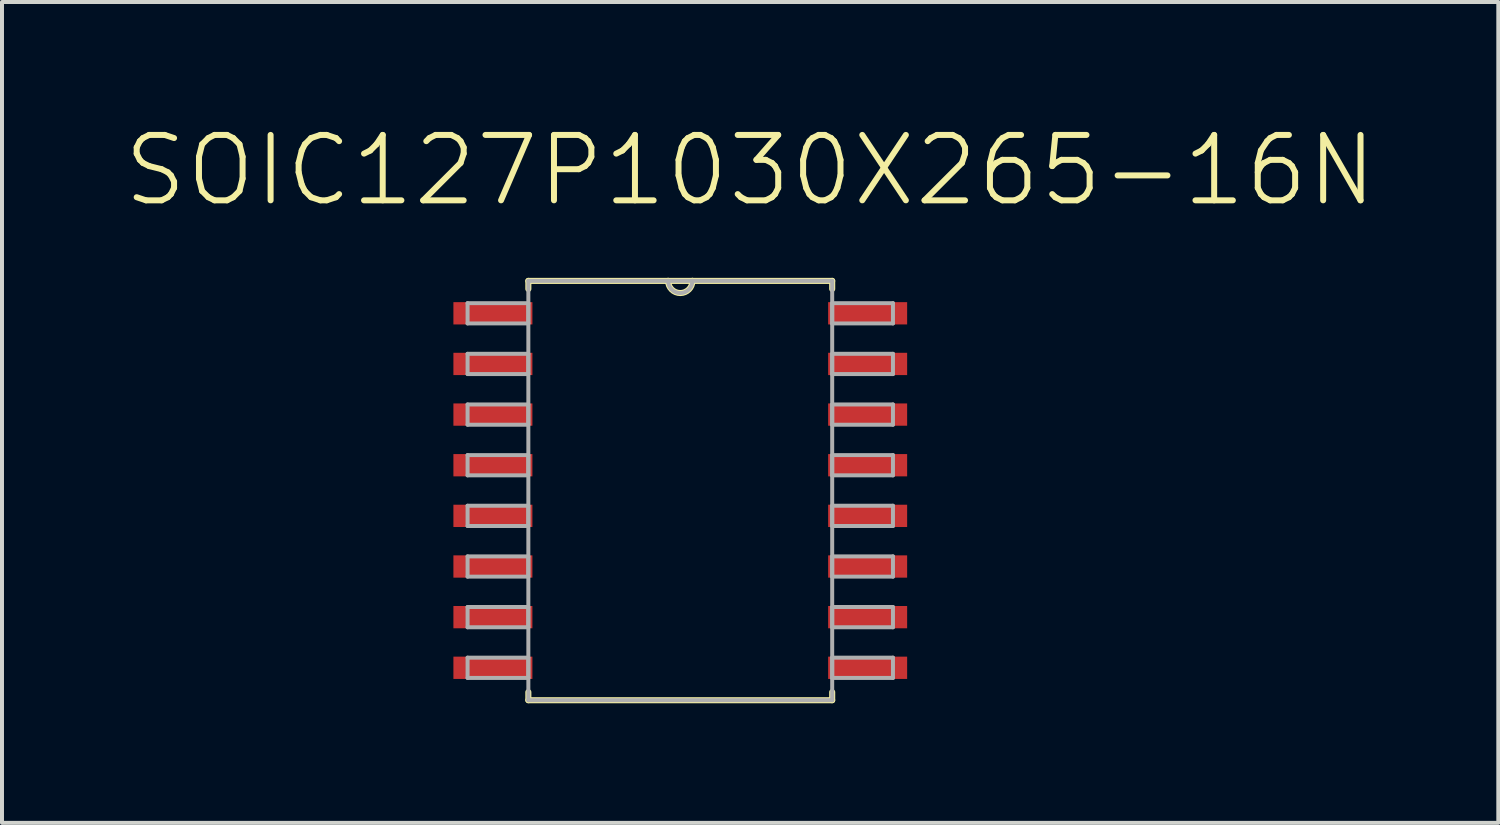
<source format=kicad_pcb>
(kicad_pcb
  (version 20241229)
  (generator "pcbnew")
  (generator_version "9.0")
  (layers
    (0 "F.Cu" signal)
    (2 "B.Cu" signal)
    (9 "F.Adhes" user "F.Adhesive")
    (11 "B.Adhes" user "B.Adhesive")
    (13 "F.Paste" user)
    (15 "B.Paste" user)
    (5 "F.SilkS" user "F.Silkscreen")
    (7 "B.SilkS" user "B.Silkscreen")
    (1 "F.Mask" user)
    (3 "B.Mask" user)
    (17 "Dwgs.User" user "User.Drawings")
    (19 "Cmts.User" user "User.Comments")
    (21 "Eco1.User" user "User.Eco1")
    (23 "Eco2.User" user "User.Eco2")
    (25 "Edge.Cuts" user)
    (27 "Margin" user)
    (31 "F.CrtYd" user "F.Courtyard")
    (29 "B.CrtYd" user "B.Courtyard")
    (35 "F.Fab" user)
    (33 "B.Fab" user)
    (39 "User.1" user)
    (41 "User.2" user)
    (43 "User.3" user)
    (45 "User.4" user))
  (footprint "SOIC127P1030X265-16N"
    (layer "F.Cu")
    (at 14.01 9.252)
    (property "Reference" "SOIC127P1030X265-16N" (at 1.753 -8.029 0) (layer "F.SilkS") (effects (font (size 1.64 1.64) (thickness 0.15))))
    (attr smd)
    (fp_line (start -3.81 -5.258) (end -3.81 -5.055) (stroke (width 0.152) (type solid)) (layer "F.SilkS"))
    (fp_line (start -3.81 5.055) (end -3.81 5.258) (stroke (width 0.152) (type solid)) (layer "F.SilkS"))
    (fp_line (start -3.81 5.258) (end 3.81 5.258) (stroke (width 0.152) (type solid)) (layer "F.SilkS"))
    (fp_line (start -0.305 -5.258) (end -3.81 -5.258) (stroke (width 0.152) (type solid)) (layer "F.SilkS"))
    (fp_line (start 0.305 -5.258) (end -0.305 -5.258) (stroke (width 0.152) (type solid)) (layer "F.SilkS"))
    (fp_line (start 3.81 -5.258) (end 0.305 -5.258) (stroke (width 0.152) (type solid)) (layer "F.SilkS"))
    (fp_line (start 3.81 -5.055) (end 3.81 -5.258) (stroke (width 0.152) (type solid)) (layer "F.SilkS"))
    (fp_line (start 3.81 5.258) (end 3.81 5.055) (stroke (width 0.152) (type solid)) (layer "F.SilkS"))
    (fp_arc (start 0.3048 -5.2578) (mid 0 -4.953) (end -0.3048 -5.2578) (stroke (width 0.1524) (type solid)) (layer "F.SilkS"))
    (fp_line (start -5.334 -4.699) (end -5.334 -4.191) (stroke (width 0.1) (type solid)) (layer "F.Fab"))
    (fp_line (start -5.334 -4.191) (end -3.81 -4.191) (stroke (width 0.1) (type solid)) (layer "F.Fab"))
    (fp_line (start -5.334 -3.429) (end -5.334 -2.921) (stroke (width 0.1) (type solid)) (layer "F.Fab"))
    (fp_line (start -5.334 -2.921) (end -3.81 -2.921) (stroke (width 0.1) (type solid)) (layer "F.Fab"))
    (fp_line (start -5.334 -2.159) (end -5.334 -1.651) (stroke (width 0.1) (type solid)) (layer "F.Fab"))
    (fp_line (start -5.334 -1.651) (end -3.81 -1.651) (stroke (width 0.1) (type solid)) (layer "F.Fab"))
    (fp_line (start -5.334 -0.889) (end -5.334 -0.381) (stroke (width 0.1) (type solid)) (layer "F.Fab"))
    (fp_line (start -5.334 -0.381) (end -3.81 -0.381) (stroke (width 0.1) (type solid)) (layer "F.Fab"))
    (fp_line (start -5.334 0.381) (end -5.334 0.889) (stroke (width 0.1) (type solid)) (layer "F.Fab"))
    (fp_line (start -5.334 0.889) (end -3.81 0.889) (stroke (width 0.1) (type solid)) (layer "F.Fab"))
    (fp_line (start -5.334 1.651) (end -5.334 2.159) (stroke (width 0.1) (type solid)) (layer "F.Fab"))
    (fp_line (start -5.334 2.159) (end -3.81 2.159) (stroke (width 0.1) (type solid)) (layer "F.Fab"))
    (fp_line (start -5.334 2.921) (end -5.334 3.429) (stroke (width 0.1) (type solid)) (layer "F.Fab"))
    (fp_line (start -5.334 3.429) (end -3.81 3.429) (stroke (width 0.1) (type solid)) (layer "F.Fab"))
    (fp_line (start -5.334 4.191) (end -5.334 4.699) (stroke (width 0.1) (type solid)) (layer "F.Fab"))
    (fp_line (start -5.334 4.699) (end -3.81 4.699) (stroke (width 0.1) (type solid)) (layer "F.Fab"))
    (fp_line (start -3.81 -5.258) (end -3.81 5.258) (stroke (width 0.1) (type solid)) (layer "F.Fab"))
    (fp_line (start -3.81 -4.699) (end -5.334 -4.699) (stroke (width 0.1) (type solid)) (layer "F.Fab"))
    (fp_line (start -3.81 -4.191) (end -3.81 -4.699) (stroke (width 0.1) (type solid)) (layer "F.Fab"))
    (fp_line (start -3.81 -3.429) (end -5.334 -3.429) (stroke (width 0.1) (type solid)) (layer "F.Fab"))
    (fp_line (start -3.81 -2.921) (end -3.81 -3.429) (stroke (width 0.1) (type solid)) (layer "F.Fab"))
    (fp_line (start -3.81 -2.159) (end -5.334 -2.159) (stroke (width 0.1) (type solid)) (layer "F.Fab"))
    (fp_line (start -3.81 -1.651) (end -3.81 -2.159) (stroke (width 0.1) (type solid)) (layer "F.Fab"))
    (fp_line (start -3.81 -0.889) (end -5.334 -0.889) (stroke (width 0.1) (type solid)) (layer "F.Fab"))
    (fp_line (start -3.81 -0.381) (end -3.81 -0.889) (stroke (width 0.1) (type solid)) (layer "F.Fab"))
    (fp_line (start -3.81 0.381) (end -5.334 0.381) (stroke (width 0.1) (type solid)) (layer "F.Fab"))
    (fp_line (start -3.81 0.889) (end -3.81 0.381) (stroke (width 0.1) (type solid)) (layer "F.Fab"))
    (fp_line (start -3.81 1.651) (end -5.334 1.651) (stroke (width 0.1) (type solid)) (layer "F.Fab"))
    (fp_line (start -3.81 2.159) (end -3.81 1.651) (stroke (width 0.1) (type solid)) (layer "F.Fab"))
    (fp_line (start -3.81 2.921) (end -5.334 2.921) (stroke (width 0.1) (type solid)) (layer "F.Fab"))
    (fp_line (start -3.81 3.429) (end -3.81 2.921) (stroke (width 0.1) (type solid)) (layer "F.Fab"))
    (fp_line (start -3.81 4.191) (end -5.334 4.191) (stroke (width 0.1) (type solid)) (layer "F.Fab"))
    (fp_line (start -3.81 4.699) (end -3.81 4.191) (stroke (width 0.1) (type solid)) (layer "F.Fab"))
    (fp_line (start -3.81 5.258) (end 3.81 5.258) (stroke (width 0.1) (type solid)) (layer "F.Fab"))
    (fp_line (start -0.305 -5.258) (end -3.81 -5.258) (stroke (width 0.1) (type solid)) (layer "F.Fab"))
    (fp_line (start 0.305 -5.258) (end -0.305 -5.258) (stroke (width 0.1) (type solid)) (layer "F.Fab"))
    (fp_line (start 3.81 -5.258) (end 0.305 -5.258) (stroke (width 0.1) (type solid)) (layer "F.Fab"))
    (fp_line (start 3.81 -4.699) (end 3.81 -4.191) (stroke (width 0.1) (type solid)) (layer "F.Fab"))
    (fp_line (start 3.81 -4.191) (end 5.334 -4.191) (stroke (width 0.1) (type solid)) (layer "F.Fab"))
    (fp_line (start 3.81 -3.429) (end 3.81 -2.921) (stroke (width 0.1) (type solid)) (layer "F.Fab"))
    (fp_line (start 3.81 -2.921) (end 5.334 -2.921) (stroke (width 0.1) (type solid)) (layer "F.Fab"))
    (fp_line (start 3.81 -2.159) (end 3.81 -1.651) (stroke (width 0.1) (type solid)) (layer "F.Fab"))
    (fp_line (start 3.81 -1.651) (end 5.334 -1.651) (stroke (width 0.1) (type solid)) (layer "F.Fab"))
    (fp_line (start 3.81 -0.889) (end 3.81 -0.381) (stroke (width 0.1) (type solid)) (layer "F.Fab"))
    (fp_line (start 3.81 -0.381) (end 5.334 -0.381) (stroke (width 0.1) (type solid)) (layer "F.Fab"))
    (fp_line (start 3.81 0.381) (end 3.81 0.889) (stroke (width 0.1) (type solid)) (layer "F.Fab"))
    (fp_line (start 3.81 0.889) (end 5.334 0.889) (stroke (width 0.1) (type solid)) (layer "F.Fab"))
    (fp_line (start 3.81 1.651) (end 3.81 2.159) (stroke (width 0.1) (type solid)) (layer "F.Fab"))
    (fp_line (start 3.81 2.159) (end 5.334 2.159) (stroke (width 0.1) (type solid)) (layer "F.Fab"))
    (fp_line (start 3.81 2.921) (end 3.81 3.429) (stroke (width 0.1) (type solid)) (layer "F.Fab"))
    (fp_line (start 3.81 3.429) (end 5.334 3.429) (stroke (width 0.1) (type solid)) (layer "F.Fab"))
    (fp_line (start 3.81 4.191) (end 3.81 4.699) (stroke (width 0.1) (type solid)) (layer "F.Fab"))
    (fp_line (start 3.81 4.699) (end 5.334 4.699) (stroke (width 0.1) (type solid)) (layer "F.Fab"))
    (fp_line (start 3.81 5.258) (end 3.81 -5.258) (stroke (width 0.1) (type solid)) (layer "F.Fab"))
    (fp_line (start 5.334 -4.699) (end 3.81 -4.699) (stroke (width 0.1) (type solid)) (layer "F.Fab"))
    (fp_line (start 5.334 -4.191) (end 5.334 -4.699) (stroke (width 0.1) (type solid)) (layer "F.Fab"))
    (fp_line (start 5.334 -3.429) (end 3.81 -3.429) (stroke (width 0.1) (type solid)) (layer "F.Fab"))
    (fp_line (start 5.334 -2.921) (end 5.334 -3.429) (stroke (width 0.1) (type solid)) (layer "F.Fab"))
    (fp_line (start 5.334 -2.159) (end 3.81 -2.159) (stroke (width 0.1) (type solid)) (layer "F.Fab"))
    (fp_line (start 5.334 -1.651) (end 5.334 -2.159) (stroke (width 0.1) (type solid)) (layer "F.Fab"))
    (fp_line (start 5.334 -0.889) (end 3.81 -0.889) (stroke (width 0.1) (type solid)) (layer "F.Fab"))
    (fp_line (start 5.334 -0.381) (end 5.334 -0.889) (stroke (width 0.1) (type solid)) (layer "F.Fab"))
    (fp_line (start 5.334 0.381) (end 3.81 0.381) (stroke (width 0.1) (type solid)) (layer "F.Fab"))
    (fp_line (start 5.334 0.889) (end 5.334 0.381) (stroke (width 0.1) (type solid)) (layer "F.Fab"))
    (fp_line (start 5.334 1.651) (end 3.81 1.651) (stroke (width 0.1) (type solid)) (layer "F.Fab"))
    (fp_line (start 5.334 2.159) (end 5.334 1.651) (stroke (width 0.1) (type solid)) (layer "F.Fab"))
    (fp_line (start 5.334 2.921) (end 3.81 2.921) (stroke (width 0.1) (type solid)) (layer "F.Fab"))
    (fp_line (start 5.334 3.429) (end 5.334 2.921) (stroke (width 0.1) (type solid)) (layer "F.Fab"))
    (fp_line (start 5.334 4.191) (end 3.81 4.191) (stroke (width 0.1) (type solid)) (layer "F.Fab"))
    (fp_line (start 5.334 4.699) (end 5.334 4.191) (stroke (width 0.1) (type solid)) (layer "F.Fab"))
    (fp_arc (start 0.3048 -5.2578) (mid 0 -4.953) (end -0.3048 -5.2578) (stroke (width 0.1) (type solid)) (layer "F.Fab"))
    (pad "1" smd rect (at -4.699 -4.445) (size 1.981 0.559) (layers "F.Cu" "F.Mask" "F.Paste"))
    (pad "2" smd rect (at -4.699 -3.175) (size 1.981 0.559) (layers "F.Cu" "F.Mask" "F.Paste"))
    (pad "3" smd rect (at -4.699 -1.905) (size 1.981 0.559) (layers "F.Cu" "F.Mask" "F.Paste"))
    (pad "4" smd rect (at -4.699 -0.635) (size 1.981 0.559) (layers "F.Cu" "F.Mask" "F.Paste"))
    (pad "5" smd rect (at -4.699 0.635) (size 1.981 0.559) (layers "F.Cu" "F.Mask" "F.Paste"))
    (pad "6" smd rect (at -4.699 1.905) (size 1.981 0.559) (layers "F.Cu" "F.Mask" "F.Paste"))
    (pad "7" smd rect (at -4.699 3.175) (size 1.981 0.559) (layers "F.Cu" "F.Mask" "F.Paste"))
    (pad "8" smd rect (at -4.699 4.445) (size 1.981 0.559) (layers "F.Cu" "F.Mask" "F.Paste"))
    (pad "9" smd rect (at 4.699 4.445) (size 1.981 0.559) (layers "F.Cu" "F.Mask" "F.Paste"))
    (pad "10" smd rect (at 4.699 3.175) (size 1.981 0.559) (layers "F.Cu" "F.Mask" "F.Paste"))
    (pad "11" smd rect (at 4.699 1.905) (size 1.981 0.559) (layers "F.Cu" "F.Mask" "F.Paste"))
    (pad "12" smd rect (at 4.699 0.635) (size 1.981 0.559) (layers "F.Cu" "F.Mask" "F.Paste"))
    (pad "13" smd rect (at 4.699 -0.635) (size 1.981 0.559) (layers "F.Cu" "F.Mask" "F.Paste"))
    (pad "14" smd rect (at 4.699 -1.905) (size 1.981 0.559) (layers "F.Cu" "F.Mask" "F.Paste"))
    (pad "15" smd rect (at 4.699 -3.175) (size 1.981 0.559) (layers "F.Cu" "F.Mask" "F.Paste"))
    (pad "16" smd rect (at 4.699 -4.445) (size 1.981 0.559) (layers "F.Cu" "F.Mask" "F.Paste")))
  (gr_rect
    (start -3 -3)
    (end 34.525 17.586)
    (stroke (width 0.1) (type default))
    (fill no)
    (layer "Edge.Cuts")))
</source>
